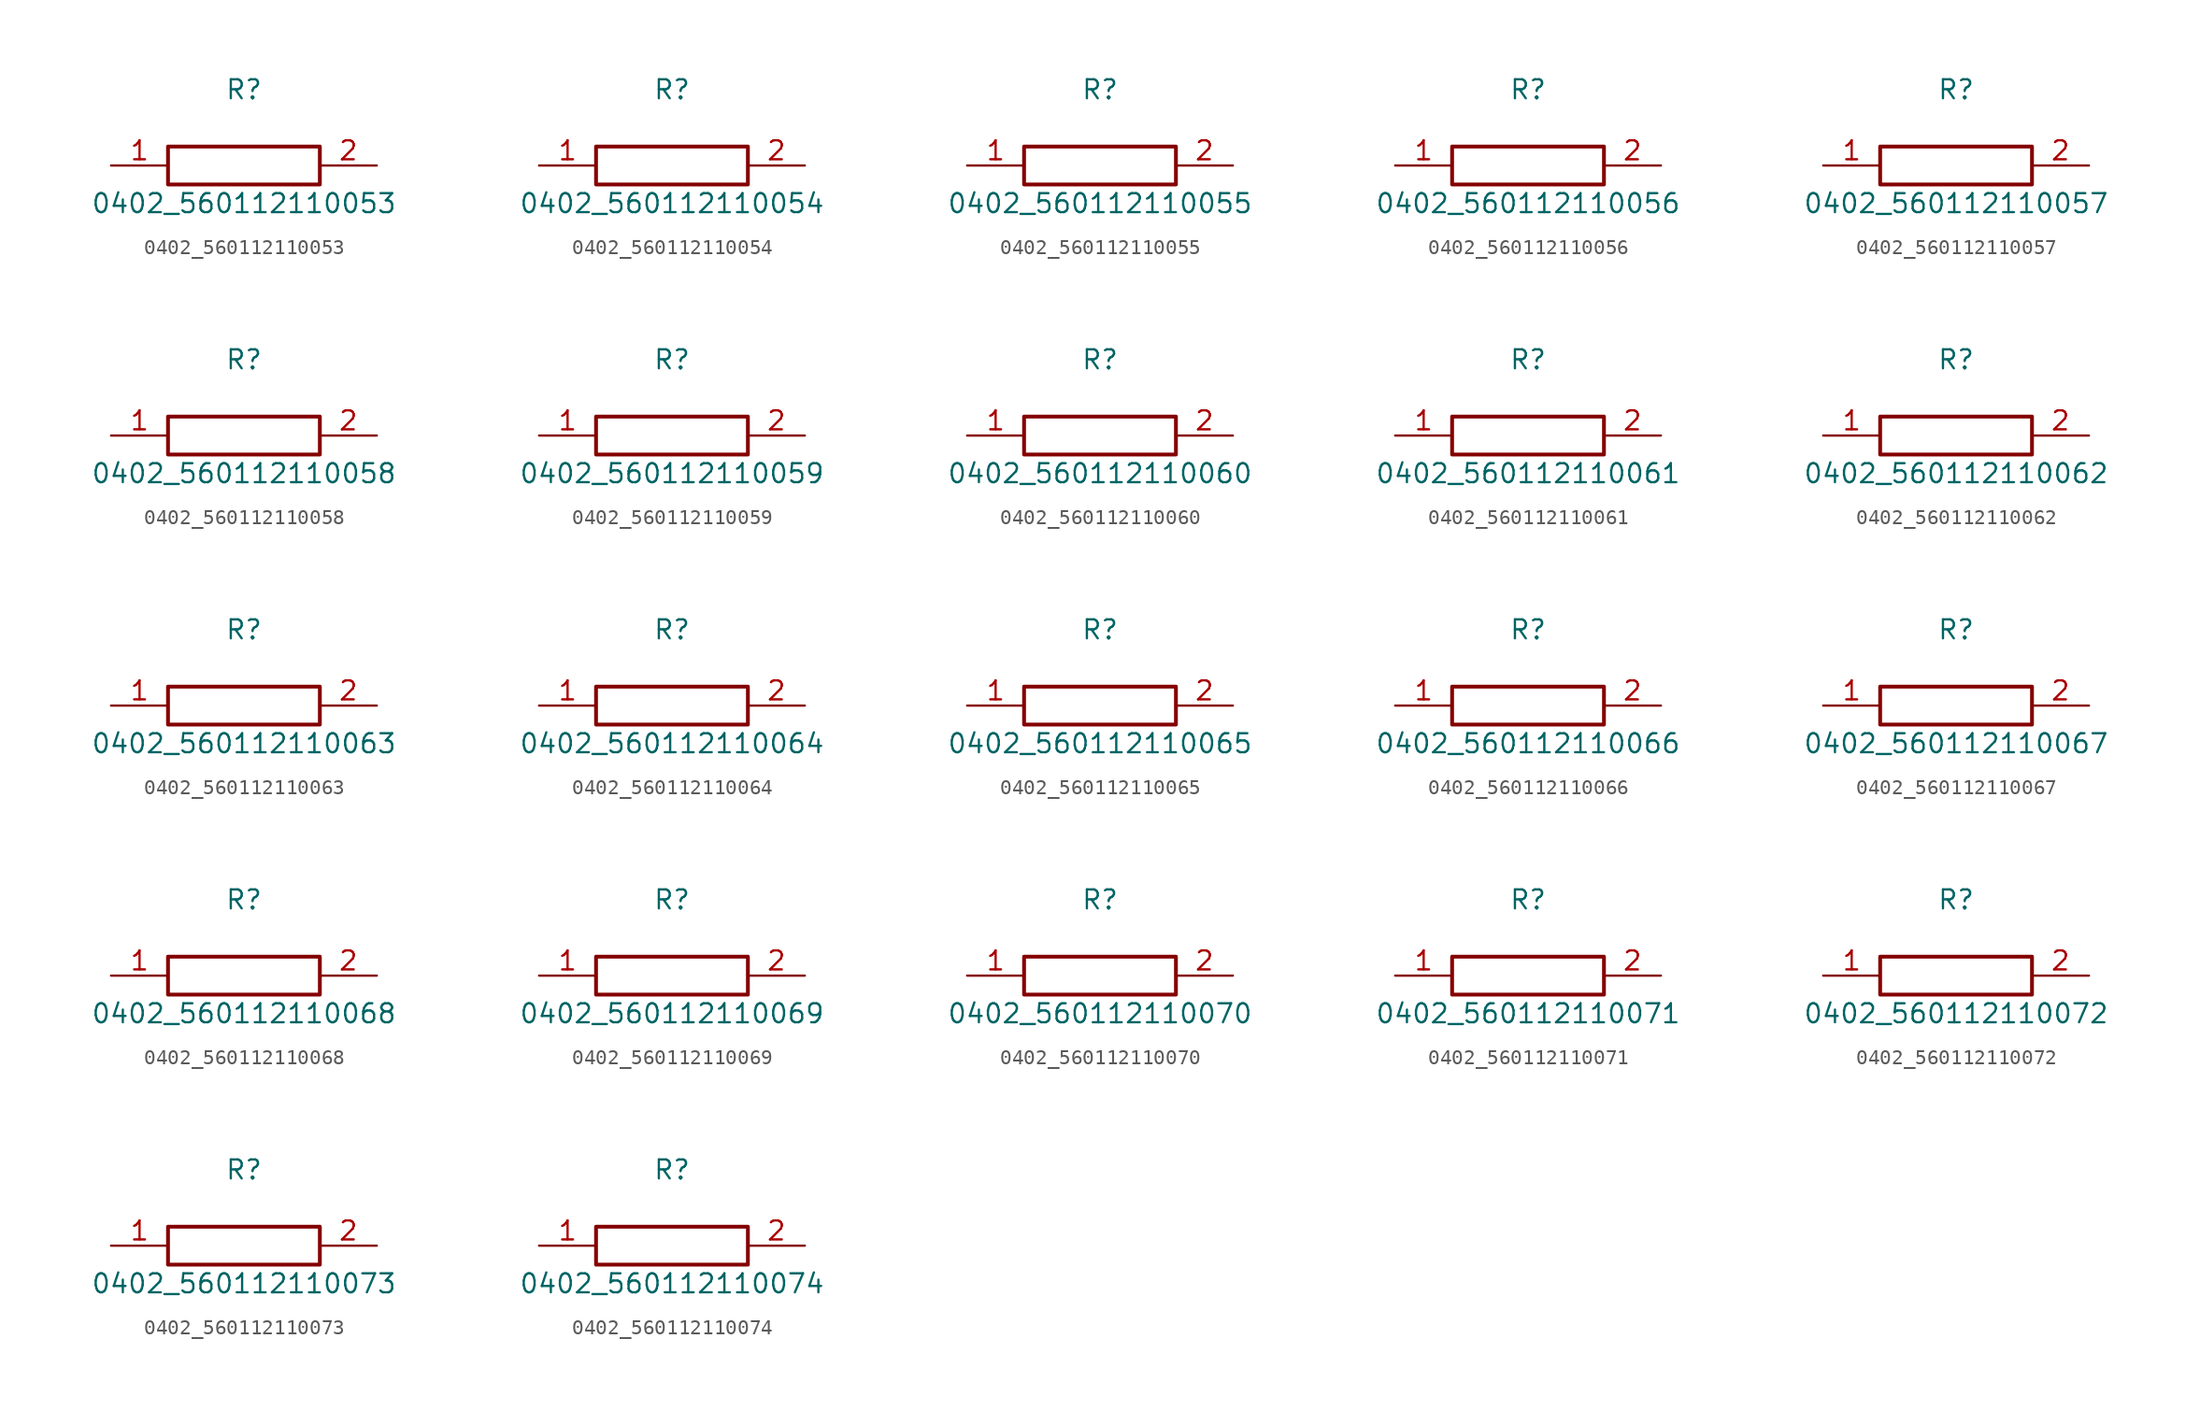
<source format=kicad_sym>
(kicad_symbol_lib
  (version 20211014)
  (generator kicad_symbol_editor)
  (symbol "Resistor_Wurth_WRIS-RSKS:0402_560112110053"
    (pin_names hide)
    (property "Reference" "R"
      (at 0 5.08 0)
      (effects (font (size 1.27 1.27))))
    (property "Value" "0402_560112110053"
      (at 0 -2.54 0)
      (effects (font (size 1.27 1.27))))
    (symbol "0402_560112110053_0_1"
      (rectangle (start -5.08 1.27) (end 5.08 -1.27) (stroke (width 0.254) (type solid)) (fill (type none)))
      (pin passive line (at -8.89 0 0) (length 3.81) (name "1" (effects (font (size 1.27 1.27)))) (number "1" (effects (font (size 1.27 1.27)))))
      (pin passive line (at 8.89 0 180) (length 3.81) (name "2" (effects (font (size 1.27 1.27)))) (number "2" (effects (font (size 1.27 1.27)))))))
  (symbol "Resistor_Wurth_WRIS-RSKS:0402_560112110054"
    (pin_names hide)
    (property "Reference" "R"
      (at 0 5.08 0)
      (effects (font (size 1.27 1.27))))
    (property "Value" "0402_560112110054"
      (at 0 -2.54 0)
      (effects (font (size 1.27 1.27))))
    (symbol "0402_560112110054_0_1"
      (rectangle (start -5.08 1.27) (end 5.08 -1.27) (stroke (width 0.254) (type solid)) (fill (type none)))
      (pin passive line (at -8.89 0 0) (length 3.81) (name "1" (effects (font (size 1.27 1.27)))) (number "1" (effects (font (size 1.27 1.27)))))
      (pin passive line (at 8.89 0 180) (length 3.81) (name "2" (effects (font (size 1.27 1.27)))) (number "2" (effects (font (size 1.27 1.27)))))))
  (symbol "Resistor_Wurth_WRIS-RSKS:0402_560112110055"
    (pin_names hide)
    (property "Reference" "R"
      (at 0 5.08 0)
      (effects (font (size 1.27 1.27))))
    (property "Value" "0402_560112110055"
      (at 0 -2.54 0)
      (effects (font (size 1.27 1.27))))
    (symbol "0402_560112110055_0_1"
      (rectangle (start -5.08 1.27) (end 5.08 -1.27) (stroke (width 0.254) (type solid)) (fill (type none)))
      (pin passive line (at -8.89 0 0) (length 3.81) (name "1" (effects (font (size 1.27 1.27)))) (number "1" (effects (font (size 1.27 1.27)))))
      (pin passive line (at 8.89 0 180) (length 3.81) (name "2" (effects (font (size 1.27 1.27)))) (number "2" (effects (font (size 1.27 1.27)))))))
  (symbol "Resistor_Wurth_WRIS-RSKS:0402_560112110056"
    (pin_names hide)
    (property "Reference" "R"
      (at 0 5.08 0)
      (effects (font (size 1.27 1.27))))
    (property "Value" "0402_560112110056"
      (at 0 -2.54 0)
      (effects (font (size 1.27 1.27))))
    (symbol "0402_560112110056_0_1"
      (rectangle (start -5.08 1.27) (end 5.08 -1.27) (stroke (width 0.254) (type solid)) (fill (type none)))
      (pin passive line (at -8.89 0 0) (length 3.81) (name "1" (effects (font (size 1.27 1.27)))) (number "1" (effects (font (size 1.27 1.27)))))
      (pin passive line (at 8.89 0 180) (length 3.81) (name "2" (effects (font (size 1.27 1.27)))) (number "2" (effects (font (size 1.27 1.27)))))))
  (symbol "Resistor_Wurth_WRIS-RSKS:0402_560112110057"
    (pin_names hide)
    (property "Reference" "R"
      (at 0 5.08 0)
      (effects (font (size 1.27 1.27))))
    (property "Value" "0402_560112110057"
      (at 0 -2.54 0)
      (effects (font (size 1.27 1.27))))
    (symbol "0402_560112110057_0_1"
      (rectangle (start -5.08 1.27) (end 5.08 -1.27) (stroke (width 0.254) (type solid)) (fill (type none)))
      (pin passive line (at -8.89 0 0) (length 3.81) (name "1" (effects (font (size 1.27 1.27)))) (number "1" (effects (font (size 1.27 1.27)))))
      (pin passive line (at 8.89 0 180) (length 3.81) (name "2" (effects (font (size 1.27 1.27)))) (number "2" (effects (font (size 1.27 1.27)))))))
  (symbol "Resistor_Wurth_WRIS-RSKS:0402_560112110058"
    (pin_names hide)
    (property "Reference" "R"
      (at 0 5.08 0)
      (effects (font (size 1.27 1.27))))
    (property "Value" "0402_560112110058"
      (at 0 -2.54 0)
      (effects (font (size 1.27 1.27))))
    (symbol "0402_560112110058_0_1"
      (rectangle (start -5.08 1.27) (end 5.08 -1.27) (stroke (width 0.254) (type solid)) (fill (type none)))
      (pin passive line (at -8.89 0 0) (length 3.81) (name "1" (effects (font (size 1.27 1.27)))) (number "1" (effects (font (size 1.27 1.27)))))
      (pin passive line (at 8.89 0 180) (length 3.81) (name "2" (effects (font (size 1.27 1.27)))) (number "2" (effects (font (size 1.27 1.27)))))))
  (symbol "Resistor_Wurth_WRIS-RSKS:0402_560112110059"
    (pin_names hide)
    (property "Reference" "R"
      (at 0 5.08 0)
      (effects (font (size 1.27 1.27))))
    (property "Value" "0402_560112110059"
      (at 0 -2.54 0)
      (effects (font (size 1.27 1.27))))
    (symbol "0402_560112110059_0_1"
      (rectangle (start -5.08 1.27) (end 5.08 -1.27) (stroke (width 0.254) (type solid)) (fill (type none)))
      (pin passive line (at -8.89 0 0) (length 3.81) (name "1" (effects (font (size 1.27 1.27)))) (number "1" (effects (font (size 1.27 1.27)))))
      (pin passive line (at 8.89 0 180) (length 3.81) (name "2" (effects (font (size 1.27 1.27)))) (number "2" (effects (font (size 1.27 1.27)))))))
  (symbol "Resistor_Wurth_WRIS-RSKS:0402_560112110060"
    (pin_names hide)
    (property "Reference" "R"
      (at 0 5.08 0)
      (effects (font (size 1.27 1.27))))
    (property "Value" "0402_560112110060"
      (at 0 -2.54 0)
      (effects (font (size 1.27 1.27))))
    (symbol "0402_560112110060_0_1"
      (rectangle (start -5.08 1.27) (end 5.08 -1.27) (stroke (width 0.254) (type solid)) (fill (type none)))
      (pin passive line (at -8.89 0 0) (length 3.81) (name "1" (effects (font (size 1.27 1.27)))) (number "1" (effects (font (size 1.27 1.27)))))
      (pin passive line (at 8.89 0 180) (length 3.81) (name "2" (effects (font (size 1.27 1.27)))) (number "2" (effects (font (size 1.27 1.27)))))))
  (symbol "Resistor_Wurth_WRIS-RSKS:0402_560112110061"
    (pin_names hide)
    (property "Reference" "R"
      (at 0 5.08 0)
      (effects (font (size 1.27 1.27))))
    (property "Value" "0402_560112110061"
      (at 0 -2.54 0)
      (effects (font (size 1.27 1.27))))
    (symbol "0402_560112110061_0_1"
      (rectangle (start -5.08 1.27) (end 5.08 -1.27) (stroke (width 0.254) (type solid)) (fill (type none)))
      (pin passive line (at -8.89 0 0) (length 3.81) (name "1" (effects (font (size 1.27 1.27)))) (number "1" (effects (font (size 1.27 1.27)))))
      (pin passive line (at 8.89 0 180) (length 3.81) (name "2" (effects (font (size 1.27 1.27)))) (number "2" (effects (font (size 1.27 1.27)))))))
  (symbol "Resistor_Wurth_WRIS-RSKS:0402_560112110062"
    (pin_names hide)
    (property "Reference" "R"
      (at 0 5.08 0)
      (effects (font (size 1.27 1.27))))
    (property "Value" "0402_560112110062"
      (at 0 -2.54 0)
      (effects (font (size 1.27 1.27))))
    (symbol "0402_560112110062_0_1"
      (rectangle (start -5.08 1.27) (end 5.08 -1.27) (stroke (width 0.254) (type solid)) (fill (type none)))
      (pin passive line (at -8.89 0 0) (length 3.81) (name "1" (effects (font (size 1.27 1.27)))) (number "1" (effects (font (size 1.27 1.27)))))
      (pin passive line (at 8.89 0 180) (length 3.81) (name "2" (effects (font (size 1.27 1.27)))) (number "2" (effects (font (size 1.27 1.27)))))))
  (symbol "Resistor_Wurth_WRIS-RSKS:0402_560112110063"
    (pin_names hide)
    (property "Reference" "R"
      (at 0 5.08 0)
      (effects (font (size 1.27 1.27))))
    (property "Value" "0402_560112110063"
      (at 0 -2.54 0)
      (effects (font (size 1.27 1.27))))
    (symbol "0402_560112110063_0_1"
      (rectangle (start -5.08 1.27) (end 5.08 -1.27) (stroke (width 0.254) (type solid)) (fill (type none)))
      (pin passive line (at -8.89 0 0) (length 3.81) (name "1" (effects (font (size 1.27 1.27)))) (number "1" (effects (font (size 1.27 1.27)))))
      (pin passive line (at 8.89 0 180) (length 3.81) (name "2" (effects (font (size 1.27 1.27)))) (number "2" (effects (font (size 1.27 1.27)))))))
  (symbol "Resistor_Wurth_WRIS-RSKS:0402_560112110064"
    (pin_names hide)
    (property "Reference" "R"
      (at 0 5.08 0)
      (effects (font (size 1.27 1.27))))
    (property "Value" "0402_560112110064"
      (at 0 -2.54 0)
      (effects (font (size 1.27 1.27))))
    (symbol "0402_560112110064_0_1"
      (rectangle (start -5.08 1.27) (end 5.08 -1.27) (stroke (width 0.254) (type solid)) (fill (type none)))
      (pin passive line (at -8.89 0 0) (length 3.81) (name "1" (effects (font (size 1.27 1.27)))) (number "1" (effects (font (size 1.27 1.27)))))
      (pin passive line (at 8.89 0 180) (length 3.81) (name "2" (effects (font (size 1.27 1.27)))) (number "2" (effects (font (size 1.27 1.27)))))))
  (symbol "Resistor_Wurth_WRIS-RSKS:0402_560112110065"
    (pin_names hide)
    (property "Reference" "R"
      (at 0 5.08 0)
      (effects (font (size 1.27 1.27))))
    (property "Value" "0402_560112110065"
      (at 0 -2.54 0)
      (effects (font (size 1.27 1.27))))
    (symbol "0402_560112110065_0_1"
      (rectangle (start -5.08 1.27) (end 5.08 -1.27) (stroke (width 0.254) (type solid)) (fill (type none)))
      (pin passive line (at -8.89 0 0) (length 3.81) (name "1" (effects (font (size 1.27 1.27)))) (number "1" (effects (font (size 1.27 1.27)))))
      (pin passive line (at 8.89 0 180) (length 3.81) (name "2" (effects (font (size 1.27 1.27)))) (number "2" (effects (font (size 1.27 1.27)))))))
  (symbol "Resistor_Wurth_WRIS-RSKS:0402_560112110066"
    (pin_names hide)
    (property "Reference" "R"
      (at 0 5.08 0)
      (effects (font (size 1.27 1.27))))
    (property "Value" "0402_560112110066"
      (at 0 -2.54 0)
      (effects (font (size 1.27 1.27))))
    (symbol "0402_560112110066_0_1"
      (rectangle (start -5.08 1.27) (end 5.08 -1.27) (stroke (width 0.254) (type solid)) (fill (type none)))
      (pin passive line (at -8.89 0 0) (length 3.81) (name "1" (effects (font (size 1.27 1.27)))) (number "1" (effects (font (size 1.27 1.27)))))
      (pin passive line (at 8.89 0 180) (length 3.81) (name "2" (effects (font (size 1.27 1.27)))) (number "2" (effects (font (size 1.27 1.27)))))))
  (symbol "Resistor_Wurth_WRIS-RSKS:0402_560112110067"
    (pin_names hide)
    (property "Reference" "R"
      (at 0 5.08 0)
      (effects (font (size 1.27 1.27))))
    (property "Value" "0402_560112110067"
      (at 0 -2.54 0)
      (effects (font (size 1.27 1.27))))
    (symbol "0402_560112110067_0_1"
      (rectangle (start -5.08 1.27) (end 5.08 -1.27) (stroke (width 0.254) (type solid)) (fill (type none)))
      (pin passive line (at -8.89 0 0) (length 3.81) (name "1" (effects (font (size 1.27 1.27)))) (number "1" (effects (font (size 1.27 1.27)))))
      (pin passive line (at 8.89 0 180) (length 3.81) (name "2" (effects (font (size 1.27 1.27)))) (number "2" (effects (font (size 1.27 1.27)))))))
  (symbol "Resistor_Wurth_WRIS-RSKS:0402_560112110068"
    (pin_names hide)
    (property "Reference" "R"
      (at 0 5.08 0)
      (effects (font (size 1.27 1.27))))
    (property "Value" "0402_560112110068"
      (at 0 -2.54 0)
      (effects (font (size 1.27 1.27))))
    (symbol "0402_560112110068_0_1"
      (rectangle (start -5.08 1.27) (end 5.08 -1.27) (stroke (width 0.254) (type solid)) (fill (type none)))
      (pin passive line (at -8.89 0 0) (length 3.81) (name "1" (effects (font (size 1.27 1.27)))) (number "1" (effects (font (size 1.27 1.27)))))
      (pin passive line (at 8.89 0 180) (length 3.81) (name "2" (effects (font (size 1.27 1.27)))) (number "2" (effects (font (size 1.27 1.27)))))))
  (symbol "Resistor_Wurth_WRIS-RSKS:0402_560112110069"
    (pin_names hide)
    (property "Reference" "R"
      (at 0 5.08 0)
      (effects (font (size 1.27 1.27))))
    (property "Value" "0402_560112110069"
      (at 0 -2.54 0)
      (effects (font (size 1.27 1.27))))
    (symbol "0402_560112110069_0_1"
      (rectangle (start -5.08 1.27) (end 5.08 -1.27) (stroke (width 0.254) (type solid)) (fill (type none)))
      (pin passive line (at -8.89 0 0) (length 3.81) (name "1" (effects (font (size 1.27 1.27)))) (number "1" (effects (font (size 1.27 1.27)))))
      (pin passive line (at 8.89 0 180) (length 3.81) (name "2" (effects (font (size 1.27 1.27)))) (number "2" (effects (font (size 1.27 1.27)))))))
  (symbol "Resistor_Wurth_WRIS-RSKS:0402_560112110070"
    (pin_names hide)
    (property "Reference" "R"
      (at 0 5.08 0)
      (effects (font (size 1.27 1.27))))
    (property "Value" "0402_560112110070"
      (at 0 -2.54 0)
      (effects (font (size 1.27 1.27))))
    (symbol "0402_560112110070_0_1"
      (rectangle (start -5.08 1.27) (end 5.08 -1.27) (stroke (width 0.254) (type solid)) (fill (type none)))
      (pin passive line (at -8.89 0 0) (length 3.81) (name "1" (effects (font (size 1.27 1.27)))) (number "1" (effects (font (size 1.27 1.27)))))
      (pin passive line (at 8.89 0 180) (length 3.81) (name "2" (effects (font (size 1.27 1.27)))) (number "2" (effects (font (size 1.27 1.27)))))))
  (symbol "Resistor_Wurth_WRIS-RSKS:0402_560112110071"
    (pin_names hide)
    (property "Reference" "R"
      (at 0 5.08 0)
      (effects (font (size 1.27 1.27))))
    (property "Value" "0402_560112110071"
      (at 0 -2.54 0)
      (effects (font (size 1.27 1.27))))
    (symbol "0402_560112110071_0_1"
      (rectangle (start -5.08 1.27) (end 5.08 -1.27) (stroke (width 0.254) (type solid)) (fill (type none)))
      (pin passive line (at -8.89 0 0) (length 3.81) (name "1" (effects (font (size 1.27 1.27)))) (number "1" (effects (font (size 1.27 1.27)))))
      (pin passive line (at 8.89 0 180) (length 3.81) (name "2" (effects (font (size 1.27 1.27)))) (number "2" (effects (font (size 1.27 1.27)))))))
  (symbol "Resistor_Wurth_WRIS-RSKS:0402_560112110072"
    (pin_names hide)
    (property "Reference" "R"
      (at 0 5.08 0)
      (effects (font (size 1.27 1.27))))
    (property "Value" "0402_560112110072"
      (at 0 -2.54 0)
      (effects (font (size 1.27 1.27))))
    (symbol "0402_560112110072_0_1"
      (rectangle (start -5.08 1.27) (end 5.08 -1.27) (stroke (width 0.254) (type solid)) (fill (type none)))
      (pin passive line (at -8.89 0 0) (length 3.81) (name "1" (effects (font (size 1.27 1.27)))) (number "1" (effects (font (size 1.27 1.27)))))
      (pin passive line (at 8.89 0 180) (length 3.81) (name "2" (effects (font (size 1.27 1.27)))) (number "2" (effects (font (size 1.27 1.27)))))))
  (symbol "Resistor_Wurth_WRIS-RSKS:0402_560112110073"
    (pin_names hide)
    (property "Reference" "R"
      (at 0 5.08 0)
      (effects (font (size 1.27 1.27))))
    (property "Value" "0402_560112110073"
      (at 0 -2.54 0)
      (effects (font (size 1.27 1.27))))
    (symbol "0402_560112110073_0_1"
      (rectangle (start -5.08 1.27) (end 5.08 -1.27) (stroke (width 0.254) (type solid)) (fill (type none)))
      (pin passive line (at -8.89 0 0) (length 3.81) (name "1" (effects (font (size 1.27 1.27)))) (number "1" (effects (font (size 1.27 1.27)))))
      (pin passive line (at 8.89 0 180) (length 3.81) (name "2" (effects (font (size 1.27 1.27)))) (number "2" (effects (font (size 1.27 1.27)))))))
  (symbol "Resistor_Wurth_WRIS-RSKS:0402_560112110074"
    (pin_names hide)
    (property "Reference" "R"
      (at 0 5.08 0)
      (effects (font (size 1.27 1.27))))
    (property "Value" "0402_560112110074"
      (at 0 -2.54 0)
      (effects (font (size 1.27 1.27))))
    (symbol "0402_560112110074_0_1"
      (rectangle (start -5.08 1.27) (end 5.08 -1.27) (stroke (width 0.254) (type solid)) (fill (type none)))
      (pin passive line (at -8.89 0 0) (length 3.81) (name "1" (effects (font (size 1.27 1.27)))) (number "1" (effects (font (size 1.27 1.27)))))
      (pin passive line (at 8.89 0 180) (length 3.81) (name "2" (effects (font (size 1.27 1.27)))) (number "2" (effects (font (size 1.27 1.27))))))))
</source>
